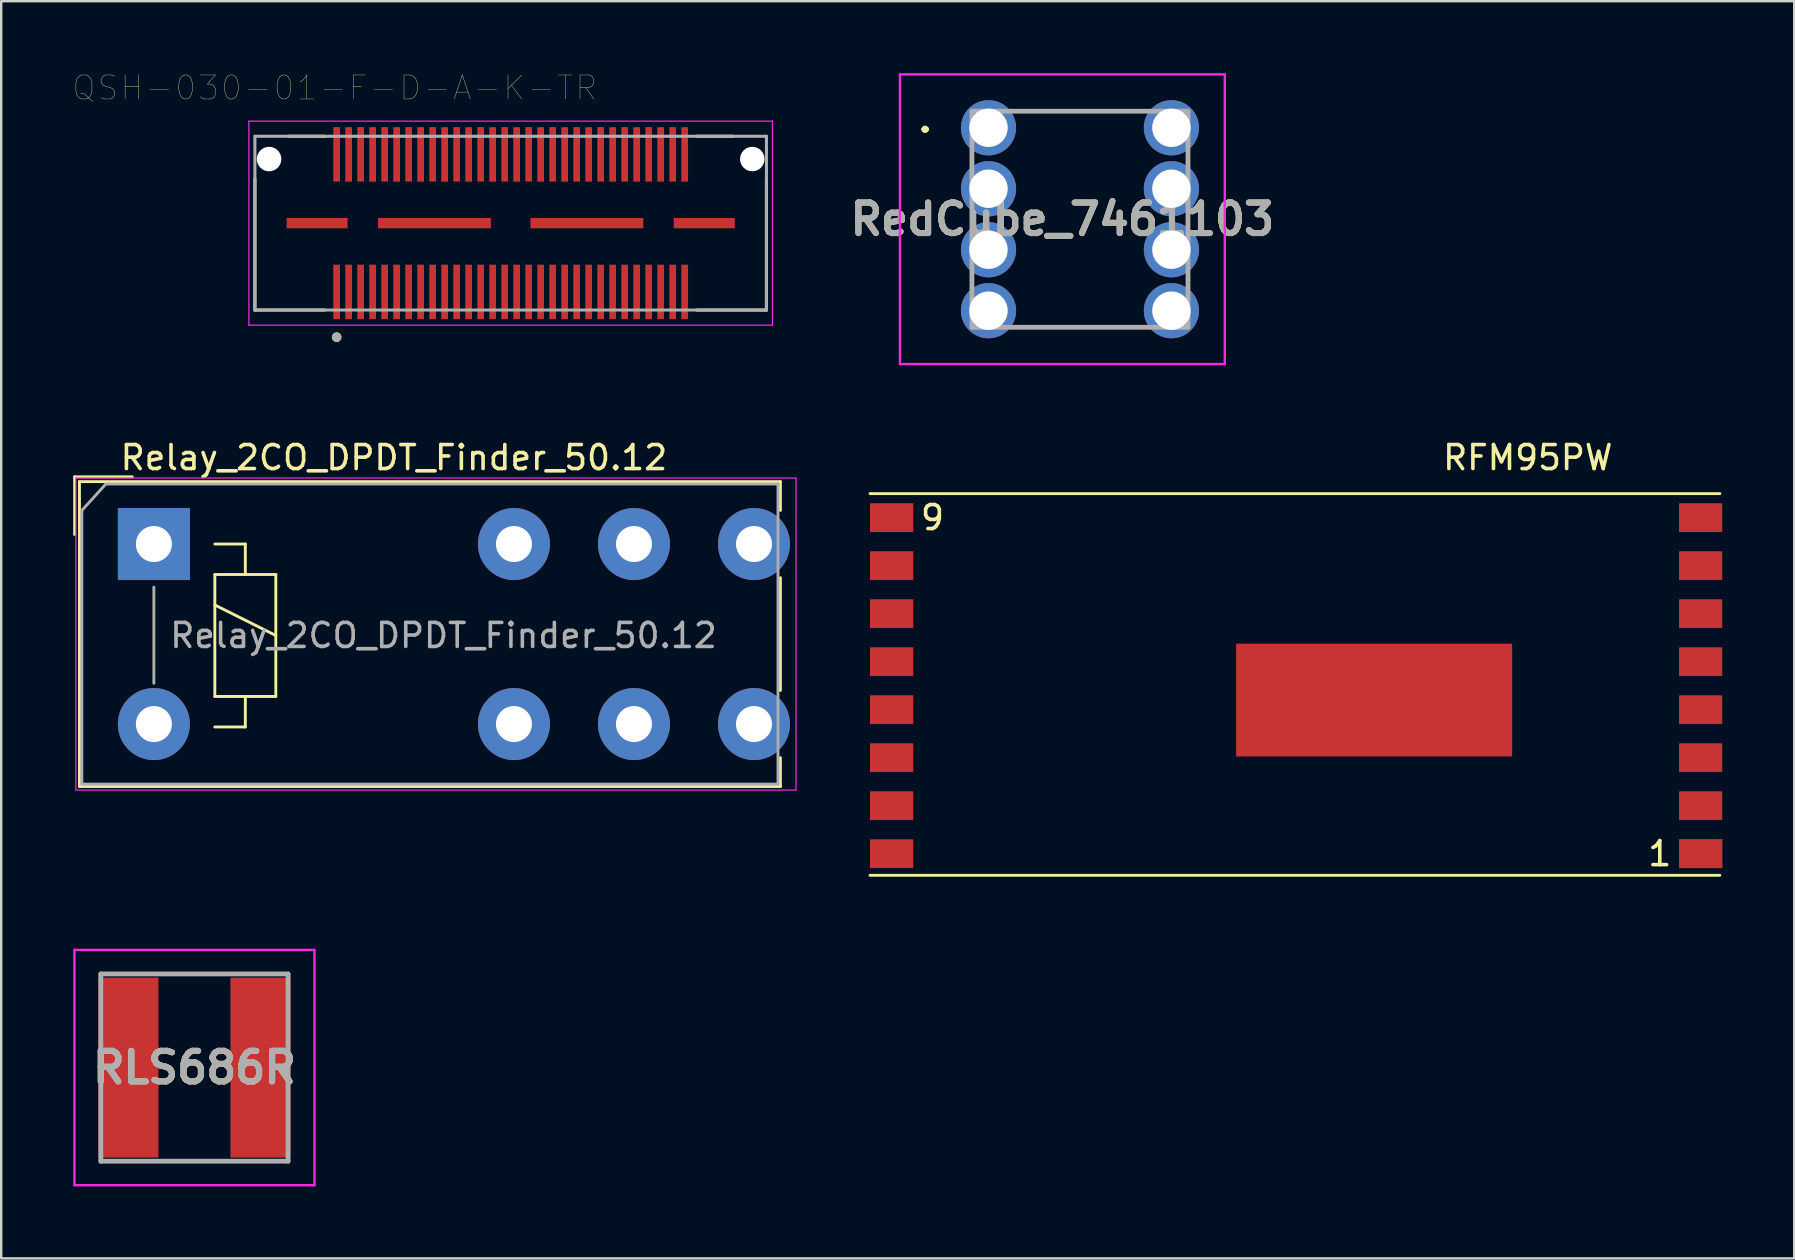
<source format=kicad_pcb>
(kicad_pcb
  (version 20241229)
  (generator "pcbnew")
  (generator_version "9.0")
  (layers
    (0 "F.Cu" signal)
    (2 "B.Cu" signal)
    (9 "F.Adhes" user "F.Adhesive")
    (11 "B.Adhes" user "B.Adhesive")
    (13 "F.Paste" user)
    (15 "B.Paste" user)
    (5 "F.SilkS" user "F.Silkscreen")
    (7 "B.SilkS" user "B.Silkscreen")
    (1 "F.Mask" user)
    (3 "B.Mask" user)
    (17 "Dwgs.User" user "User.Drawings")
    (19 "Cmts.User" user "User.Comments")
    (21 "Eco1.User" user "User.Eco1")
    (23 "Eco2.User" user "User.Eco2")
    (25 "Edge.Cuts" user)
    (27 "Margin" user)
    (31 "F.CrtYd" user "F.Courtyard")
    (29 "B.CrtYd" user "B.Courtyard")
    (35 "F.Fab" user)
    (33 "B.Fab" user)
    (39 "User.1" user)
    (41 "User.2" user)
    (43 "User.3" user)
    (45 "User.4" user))
  (footprint "RedCube_7461103"
    (layer "F.Cu")
    (at 38.13 2.273)
    (property "Reference" "RedCube_7461103" (at 3.077 3.81 0) (layer "F.SilkS") (effects (font (size 1.27 1.27) (thickness 0.254))))
    (attr through_hole)
    (fp_line (start -2.69 0.06) (end -2.69 0.06) (stroke (width 0.2) (type solid)) (layer "F.SilkS"))
    (fp_line (start -2.69 0.06) (end -2.69 0.06) (stroke (width 0.2) (type solid)) (layer "F.SilkS"))
    (fp_line (start -2.59 0.06) (end -2.59 0.06) (stroke (width 0.2) (type solid)) (layer "F.SilkS"))
    (fp_line (start 1.56 -0.69) (end 1.56 -0.69) (stroke (width 0.1) (type solid)) (layer "F.SilkS"))
    (fp_line (start 1.56 -0.69) (end 5.81 -0.69) (stroke (width 0.1) (type solid)) (layer "F.SilkS"))
    (fp_line (start 1.56 8.31) (end 1.56 8.31) (stroke (width 0.1) (type solid)) (layer "F.SilkS"))
    (fp_line (start 1.56 8.31) (end 5.81 8.31) (stroke (width 0.1) (type solid)) (layer "F.SilkS"))
    (fp_line (start 5.81 -0.69) (end 1.56 -0.69) (stroke (width 0.1) (type solid)) (layer "F.SilkS"))
    (fp_line (start 5.81 -0.69) (end 5.81 -0.69) (stroke (width 0.1) (type solid)) (layer "F.SilkS"))
    (fp_line (start 5.81 8.31) (end 1.56 8.31) (stroke (width 0.1) (type solid)) (layer "F.SilkS"))
    (fp_line (start 5.81 8.31) (end 5.81 8.31) (stroke (width 0.1) (type solid)) (layer "F.SilkS"))
    (fp_arc (start -2.69 0.06) (mid -2.64 0.01) (end -2.59 0.06) (stroke (width 0.2) (type solid)) (layer "F.SilkS"))
    (fp_arc (start -2.59 0.06) (mid -2.64 0.11) (end -2.69 0.06) (stroke (width 0.2) (type solid)) (layer "F.SilkS"))
    (fp_arc (start -2.59 0.06) (mid -2.64 0.11) (end -2.69 0.06) (stroke (width 0.2) (type solid)) (layer "F.SilkS"))
    (fp_line (start -3.69 -2.223) (end 9.843 -2.223) (stroke (width 0.1) (type solid)) (layer "F.CrtYd"))
    (fp_line (start -3.69 9.843) (end -3.69 -2.223) (stroke (width 0.1) (type solid)) (layer "F.CrtYd"))
    (fp_line (start 9.843 -2.223) (end 9.843 9.843) (stroke (width 0.1) (type solid)) (layer "F.CrtYd"))
    (fp_line (start 9.843 9.843) (end -3.69 9.843) (stroke (width 0.1) (type solid)) (layer "F.CrtYd"))
    (fp_line (start -0.69 -0.69) (end -0.69 8.31) (stroke (width 0.2) (type solid)) (layer "F.Fab"))
    (fp_line (start -0.69 8.31) (end 8.31 8.31) (stroke (width 0.2) (type solid)) (layer "F.Fab"))
    (fp_line (start 8.31 -0.69) (end -0.69 -0.69) (stroke (width 0.2) (type solid)) (layer "F.Fab"))
    (fp_line (start 8.31 8.31) (end 8.31 -0.69) (stroke (width 0.2) (type solid)) (layer "F.Fab"))
    (fp_text user "${REFERENCE}" (at 3.077 3.81 0) (layer "F.Fab") (effects (font (size 1.27 1.27) (thickness 0.254))))
    (pad "1" thru_hole circle (at 0 0) (size 2.3 2.3) (drill 1.6) (layers "*.Cu" "*.Mask"))
    (pad "1" thru_hole circle (at 0 2.54) (size 2.3 2.3) (drill 1.6) (layers "*.Cu" "*.Mask"))
    (pad "1" thru_hole circle (at 0 5.08) (size 2.3 2.3) (drill 1.6) (layers "*.Cu" "*.Mask"))
    (pad "1" thru_hole circle (at 0 7.62) (size 2.3 2.3) (drill 1.6) (layers "*.Cu" "*.Mask"))
    (pad "1" thru_hole circle (at 7.62 0) (size 2.3 2.3) (drill 1.6) (layers "*.Cu" "*.Mask"))
    (pad "1" thru_hole circle (at 7.62 2.54) (size 2.3 2.3) (drill 1.6) (layers "*.Cu" "*.Mask"))
    (pad "1" thru_hole circle (at 7.62 5.08) (size 2.3 2.3) (drill 1.6) (layers "*.Cu" "*.Mask"))
    (pad "1" thru_hole circle (at 7.62 7.62) (size 2.3 2.3) (drill 1.6) (layers "*.Cu" "*.Mask")))
  (footprint "RLS686R"
    (layer "F.Cu")
    (at 5.05 41.424)
    (property "Reference" "RLS686R" (at 0 0 0) (layer "F.SilkS") (effects (font (size 1.27 1.27) (thickness 0.254))))
    (attr smd)
    (fp_line (start -1 -3.9) (end 1 -3.9) (stroke (width 0.1) (type solid)) (layer "F.SilkS"))
    (fp_line (start -1 3.9) (end 1 3.9) (stroke (width 0.1) (type solid)) (layer "F.SilkS"))
    (fp_line (start -5 -4.9) (end 5 -4.9) (stroke (width 0.1) (type solid)) (layer "F.CrtYd"))
    (fp_line (start -5 4.9) (end -5 -4.9) (stroke (width 0.1) (type solid)) (layer "F.CrtYd"))
    (fp_line (start 5 -4.9) (end 5 4.9) (stroke (width 0.1) (type solid)) (layer "F.CrtYd"))
    (fp_line (start 5 4.9) (end -5 4.9) (stroke (width 0.1) (type solid)) (layer "F.CrtYd"))
    (fp_line (start -3.9 -3.9) (end 3.9 -3.9) (stroke (width 0.2) (type solid)) (layer "F.Fab"))
    (fp_line (start -3.9 3.9) (end -3.9 -3.9) (stroke (width 0.2) (type solid)) (layer "F.Fab"))
    (fp_line (start 3.9 -3.9) (end 3.9 3.9) (stroke (width 0.2) (type solid)) (layer "F.Fab"))
    (fp_line (start 3.9 3.9) (end -3.9 3.9) (stroke (width 0.2) (type solid)) (layer "F.Fab"))
    (fp_text user "${REFERENCE}" (at 0 0 0) (layer "F.Fab") (effects (font (size 1.27 1.27) (thickness 0.254))))
    (pad "1" smd rect (at -2.75 0) (size 2.5 7.5) (layers "F.Cu" "F.Mask" "F.Paste"))
    (pad "2" smd rect (at 2.75 0) (size 2.5 7.5) (layers "F.Cu" "F.Mask" "F.Paste")))
  (footprint "QSH-030-01-F-D-A-K-TR"
    (layer "F.Cu")
    (at 18.224 6.246)
    (property "Reference" "QSH-030-01-F-D-A-K-TR" (at -7.325 -5.635 0) (layer "F.SilkS") (effects (font (size 1 1) (thickness 0.015))))
    (attr through_hole)
    (fp_line (start -10.655 3.62) (end -10.655 -1.847) (stroke (width 0.127) (type solid)) (layer "F.SilkS"))
    (fp_line (start -9.242 -3.62) (end -7.75 -3.62) (stroke (width 0.127) (type solid)) (layer "F.SilkS"))
    (fp_line (start -7.75 3.62) (end -10.655 3.62) (stroke (width 0.127) (type solid)) (layer "F.SilkS"))
    (fp_line (start 7.75 -3.62) (end 9.242 -3.62) (stroke (width 0.127) (type solid)) (layer "F.SilkS"))
    (fp_line (start 10.655 -1.847) (end 10.655 3.62) (stroke (width 0.127) (type solid)) (layer "F.SilkS"))
    (fp_line (start 10.655 3.62) (end 7.75 3.62) (stroke (width 0.127) (type solid)) (layer "F.SilkS"))
    (fp_circle (center -7.25 4.75) (end -7.15 4.75) (stroke (width 0.2) (type solid)) (fill no) (layer "F.SilkS"))
    (fp_line (start -10.905 -4.25) (end 10.905 -4.25) (stroke (width 0.05) (type solid)) (layer "F.CrtYd"))
    (fp_line (start -10.905 4.25) (end -10.905 -4.25) (stroke (width 0.05) (type solid)) (layer "F.CrtYd"))
    (fp_line (start 10.905 -4.25) (end 10.905 4.25) (stroke (width 0.05) (type solid)) (layer "F.CrtYd"))
    (fp_line (start 10.905 4.25) (end -10.905 4.25) (stroke (width 0.05) (type solid)) (layer "F.CrtYd"))
    (fp_line (start -10.655 -3.62) (end 10.655 -3.62) (stroke (width 0.127) (type solid)) (layer "F.Fab"))
    (fp_line (start -10.655 3.62) (end -10.655 -3.62) (stroke (width 0.127) (type solid)) (layer "F.Fab"))
    (fp_line (start 10.655 -3.62) (end 10.655 3.62) (stroke (width 0.127) (type solid)) (layer "F.Fab"))
    (fp_line (start 10.655 3.62) (end -10.655 3.62) (stroke (width 0.127) (type solid)) (layer "F.Fab"))
    (fp_circle (center -7.25 4.75) (end -7.15 4.75) (stroke (width 0.2) (type solid)) (fill no) (layer "F.Fab"))
    (pad "" np_thru_hole circle (at -10.065 -2.67) (size 1.02 1.02) (drill 1.02) (layers "*.Cu" "*.Mask"))
    (pad "" np_thru_hole circle (at 10.065 -2.67) (size 1.02 1.02) (drill 1.02) (layers "*.Cu" "*.Mask"))
    (pad "1" smd rect (at -7.25 2.865) (size 0.279 2.27) (layers "F.Cu" "F.Mask" "F.Paste"))
    (pad "2" smd rect (at -7.25 -2.865) (size 0.279 2.27) (layers "F.Cu" "F.Mask" "F.Paste"))
    (pad "3" smd rect (at -6.75 2.865) (size 0.279 2.27) (layers "F.Cu" "F.Mask" "F.Paste"))
    (pad "4" smd rect (at -6.75 -2.865) (size 0.279 2.27) (layers "F.Cu" "F.Mask" "F.Paste"))
    (pad "5" smd rect (at -6.25 2.865) (size 0.279 2.27) (layers "F.Cu" "F.Mask" "F.Paste"))
    (pad "6" smd rect (at -6.25 -2.865) (size 0.279 2.27) (layers "F.Cu" "F.Mask" "F.Paste"))
    (pad "7" smd rect (at -5.75 2.865) (size 0.279 2.27) (layers "F.Cu" "F.Mask" "F.Paste"))
    (pad "8" smd rect (at -5.75 -2.865) (size 0.279 2.27) (layers "F.Cu" "F.Mask" "F.Paste"))
    (pad "9" smd rect (at -5.25 2.865) (size 0.279 2.27) (layers "F.Cu" "F.Mask" "F.Paste"))
    (pad "10" smd rect (at -5.25 -2.865) (size 0.279 2.27) (layers "F.Cu" "F.Mask" "F.Paste"))
    (pad "11" smd rect (at -4.75 2.865) (size 0.279 2.27) (layers "F.Cu" "F.Mask" "F.Paste"))
    (pad "12" smd rect (at -4.75 -2.865) (size 0.279 2.27) (layers "F.Cu" "F.Mask" "F.Paste"))
    (pad "13" smd rect (at -4.25 2.865) (size 0.279 2.27) (layers "F.Cu" "F.Mask" "F.Paste"))
    (pad "14" smd rect (at -4.25 -2.865) (size 0.279 2.27) (layers "F.Cu" "F.Mask" "F.Paste"))
    (pad "15" smd rect (at -3.75 2.865) (size 0.279 2.27) (layers "F.Cu" "F.Mask" "F.Paste"))
    (pad "16" smd rect (at -3.75 -2.865) (size 0.279 2.27) (layers "F.Cu" "F.Mask" "F.Paste"))
    (pad "17" smd rect (at -3.25 2.865) (size 0.279 2.27) (layers "F.Cu" "F.Mask" "F.Paste"))
    (pad "18" smd rect (at -3.25 -2.865) (size 0.279 2.27) (layers "F.Cu" "F.Mask" "F.Paste"))
    (pad "19" smd rect (at -2.75 2.865) (size 0.279 2.27) (layers "F.Cu" "F.Mask" "F.Paste"))
    (pad "20" smd rect (at -2.75 -2.865) (size 0.279 2.27) (layers "F.Cu" "F.Mask" "F.Paste"))
    (pad "21" smd rect (at -2.25 2.865) (size 0.279 2.27) (layers "F.Cu" "F.Mask" "F.Paste"))
    (pad "22" smd rect (at -2.25 -2.865) (size 0.279 2.27) (layers "F.Cu" "F.Mask" "F.Paste"))
    (pad "23" smd rect (at -1.75 2.865) (size 0.279 2.27) (layers "F.Cu" "F.Mask" "F.Paste"))
    (pad "24" smd rect (at -1.75 -2.865) (size 0.279 2.27) (layers "F.Cu" "F.Mask" "F.Paste"))
    (pad "25" smd rect (at -1.25 2.865) (size 0.279 2.27) (layers "F.Cu" "F.Mask" "F.Paste"))
    (pad "26" smd rect (at -1.25 -2.865) (size 0.279 2.27) (layers "F.Cu" "F.Mask" "F.Paste"))
    (pad "27" smd rect (at -0.75 2.865) (size 0.279 2.27) (layers "F.Cu" "F.Mask" "F.Paste"))
    (pad "28" smd rect (at -0.75 -2.865) (size 0.279 2.27) (layers "F.Cu" "F.Mask" "F.Paste"))
    (pad "29" smd rect (at -0.25 2.865) (size 0.279 2.27) (layers "F.Cu" "F.Mask" "F.Paste"))
    (pad "30" smd rect (at -0.25 -2.865) (size 0.279 2.27) (layers "F.Cu" "F.Mask" "F.Paste"))
    (pad "31" smd rect (at 0.25 2.865) (size 0.279 2.27) (layers "F.Cu" "F.Mask" "F.Paste"))
    (pad "32" smd rect (at 0.25 -2.865) (size 0.279 2.27) (layers "F.Cu" "F.Mask" "F.Paste"))
    (pad "33" smd rect (at 0.75 2.865) (size 0.279 2.27) (layers "F.Cu" "F.Mask" "F.Paste"))
    (pad "34" smd rect (at 0.75 -2.865) (size 0.279 2.27) (layers "F.Cu" "F.Mask" "F.Paste"))
    (pad "35" smd rect (at 1.25 2.865) (size 0.279 2.27) (layers "F.Cu" "F.Mask" "F.Paste"))
    (pad "36" smd rect (at 1.25 -2.865) (size 0.279 2.27) (layers "F.Cu" "F.Mask" "F.Paste"))
    (pad "37" smd rect (at 1.75 2.865) (size 0.279 2.27) (layers "F.Cu" "F.Mask" "F.Paste"))
    (pad "38" smd rect (at 1.75 -2.865) (size 0.279 2.27) (layers "F.Cu" "F.Mask" "F.Paste"))
    (pad "39" smd rect (at 2.25 2.865) (size 0.279 2.27) (layers "F.Cu" "F.Mask" "F.Paste"))
    (pad "40" smd rect (at 2.25 -2.865) (size 0.279 2.27) (layers "F.Cu" "F.Mask" "F.Paste"))
    (pad "41" smd rect (at 2.75 2.865) (size 0.279 2.27) (layers "F.Cu" "F.Mask" "F.Paste"))
    (pad "42" smd rect (at 2.75 -2.865) (size 0.279 2.27) (layers "F.Cu" "F.Mask" "F.Paste"))
    (pad "43" smd rect (at 3.25 2.865) (size 0.279 2.27) (layers "F.Cu" "F.Mask" "F.Paste"))
    (pad "44" smd rect (at 3.25 -2.865) (size 0.279 2.27) (layers "F.Cu" "F.Mask" "F.Paste"))
    (pad "45" smd rect (at 3.75 2.865) (size 0.279 2.27) (layers "F.Cu" "F.Mask" "F.Paste"))
    (pad "46" smd rect (at 3.75 -2.865) (size 0.279 2.27) (layers "F.Cu" "F.Mask" "F.Paste"))
    (pad "47" smd rect (at 4.25 2.865) (size 0.279 2.27) (layers "F.Cu" "F.Mask" "F.Paste"))
    (pad "48" smd rect (at 4.25 -2.865) (size 0.279 2.27) (layers "F.Cu" "F.Mask" "F.Paste"))
    (pad "49" smd rect (at 4.75 2.865) (size 0.279 2.27) (layers "F.Cu" "F.Mask" "F.Paste"))
    (pad "50" smd rect (at 4.75 -2.865) (size 0.279 2.27) (layers "F.Cu" "F.Mask" "F.Paste"))
    (pad "51" smd rect (at 5.25 2.865) (size 0.279 2.27) (layers "F.Cu" "F.Mask" "F.Paste"))
    (pad "52" smd rect (at 5.25 -2.865) (size 0.279 2.27) (layers "F.Cu" "F.Mask" "F.Paste"))
    (pad "53" smd rect (at 5.75 2.865) (size 0.279 2.27) (layers "F.Cu" "F.Mask" "F.Paste"))
    (pad "54" smd rect (at 5.75 -2.865) (size 0.279 2.27) (layers "F.Cu" "F.Mask" "F.Paste"))
    (pad "55" smd rect (at 6.25 2.865) (size 0.279 2.27) (layers "F.Cu" "F.Mask" "F.Paste"))
    (pad "56" smd rect (at 6.25 -2.865) (size 0.279 2.27) (layers "F.Cu" "F.Mask" "F.Paste"))
    (pad "57" smd rect (at 6.75 2.865) (size 0.279 2.27) (layers "F.Cu" "F.Mask" "F.Paste"))
    (pad "58" smd rect (at 6.75 -2.865) (size 0.279 2.27) (layers "F.Cu" "F.Mask" "F.Paste"))
    (pad "59" smd rect (at 7.25 2.865) (size 0.279 2.27) (layers "F.Cu" "F.Mask" "F.Paste"))
    (pad "60" smd rect (at 7.25 -2.865) (size 0.279 2.27) (layers "F.Cu" "F.Mask" "F.Paste"))
    (pad "S1" smd rect (at -8.065 0) (size 2.54 0.43) (layers "F.Cu" "F.Mask" "F.Paste"))
    (pad "S2" smd rect (at -3.175 0) (size 4.7 0.43) (layers "F.Cu" "F.Mask" "F.Paste"))
    (pad "S3" smd rect (at 3.175 0) (size 4.7 0.43) (layers "F.Cu" "F.Mask" "F.Paste"))
    (pad "S4" smd rect (at 8.065 0) (size 2.54 0.43) (layers "F.Cu" "F.Mask" "F.Paste")))
  (footprint "Relay_2CO_DPDT_Finder_50.12"
    (layer "F.Cu")
    (at 3.36 19.614)
    (property "Reference" "Relay_2CO_DPDT_Finder_50.12" (at 10 -3.6 0) (layer "F.SilkS") (effects (font (size 1 1) (thickness 0.15))))
    (attr through_hole)
    (fp_line (start -3.3 -0.4) (end -3.3 -2.8) (stroke (width 0.12) (type solid)) (layer "F.SilkS"))
    (fp_line (start -3.1 -2.6) (end 26.1 -2.6) (stroke (width 0.12) (type solid)) (layer "F.SilkS"))
    (fp_line (start -3.1 10.1) (end -3.1 -2.6) (stroke (width 0.12) (type solid)) (layer "F.SilkS"))
    (fp_line (start -0.9 -2.8) (end -3.3 -2.8) (stroke (width 0.12) (type solid)) (layer "F.SilkS"))
    (fp_line (start 2.54 0) (end 3.81 0) (stroke (width 0.12) (type solid)) (layer "F.SilkS"))
    (fp_line (start 2.54 1.27) (end 3.81 1.27) (stroke (width 0.12) (type solid)) (layer "F.SilkS"))
    (fp_line (start 2.54 2.54) (end 5.08 3.81) (stroke (width 0.12) (type solid)) (layer "F.SilkS"))
    (fp_line (start 2.54 6.35) (end 2.54 1.27) (stroke (width 0.12) (type solid)) (layer "F.SilkS"))
    (fp_line (start 3.81 0) (end 3.81 1.27) (stroke (width 0.12) (type solid)) (layer "F.SilkS"))
    (fp_line (start 3.81 1.27) (end 5.08 1.27) (stroke (width 0.12) (type solid)) (layer "F.SilkS"))
    (fp_line (start 3.81 6.35) (end 3.81 7.62) (stroke (width 0.12) (type solid)) (layer "F.SilkS"))
    (fp_line (start 3.81 7.62) (end 2.54 7.62) (stroke (width 0.12) (type solid)) (layer "F.SilkS"))
    (fp_line (start 5.08 1.27) (end 5.08 6.35) (stroke (width 0.12) (type solid)) (layer "F.SilkS"))
    (fp_line (start 5.08 6.35) (end 2.54 6.35) (stroke (width 0.12) (type solid)) (layer "F.SilkS"))
    (fp_line (start 26.1 -2.6) (end 26.1 -1.4) (stroke (width 0.12) (type solid)) (layer "F.SilkS"))
    (fp_line (start 26.1 1.4) (end 26.1 6.1) (stroke (width 0.12) (type solid)) (layer "F.SilkS"))
    (fp_line (start 26.1 8.9) (end 26.1 10.1) (stroke (width 0.12) (type solid)) (layer "F.SilkS"))
    (fp_line (start 26.1 10.1) (end -3.1 10.1) (stroke (width 0.12) (type solid)) (layer "F.SilkS"))
    (fp_line (start -3.25 -2.75) (end -3.25 10.25) (stroke (width 0.05) (type solid)) (layer "F.CrtYd"))
    (fp_line (start -3.25 -2.75) (end 26.75 -2.75) (stroke (width 0.05) (type solid)) (layer "F.CrtYd"))
    (fp_line (start 26.75 10.25) (end -3.25 10.25) (stroke (width 0.05) (type solid)) (layer "F.CrtYd"))
    (fp_line (start 26.75 10.25) (end 26.75 -2.75) (stroke (width 0.05) (type solid)) (layer "F.CrtYd"))
    (fp_line (start -3 -1.4) (end -3 10) (stroke (width 0.12) (type solid)) (layer "F.Fab"))
    (fp_line (start -3 10) (end 26 10) (stroke (width 0.12) (type solid)) (layer "F.Fab"))
    (fp_line (start -2 -2.5) (end -3 -1.4) (stroke (width 0.12) (type solid)) (layer "F.Fab"))
    (fp_line (start 0 1.8) (end 0 5.8) (stroke (width 0.12) (type solid)) (layer "F.Fab"))
    (fp_line (start 26 -2.5) (end -2 -2.5) (stroke (width 0.12) (type solid)) (layer "F.Fab"))
    (fp_line (start 26 10) (end 26 -2.5) (stroke (width 0.12) (type solid)) (layer "F.Fab"))
    (fp_text user "${REFERENCE}" (at 12.065 3.81 0) (layer "F.Fab") (effects (font (size 1 1) (thickness 0.15))))
    (pad "11" thru_hole circle (at 20 0) (size 3 3) (drill 1.5) (layers "*.Cu" "*.Mask"))
    (pad "12" thru_hole circle (at 15 0) (size 3 3) (drill 1.5) (layers "*.Cu" "*.Mask"))
    (pad "14" thru_hole circle (at 25 0) (size 3 3) (drill 1.5) (layers "*.Cu" "*.Mask"))
    (pad "21" thru_hole circle (at 20 7.5) (size 3 3) (drill 1.5) (layers "*.Cu" "*.Mask"))
    (pad "22" thru_hole circle (at 15 7.5) (size 3 3) (drill 1.5) (layers "*.Cu" "*.Mask"))
    (pad "24" thru_hole circle (at 25 7.5) (size 3 3) (drill 1.5) (layers "*.Cu" "*.Mask"))
    (pad "A1" thru_hole rect (at 0 0) (size 3 3) (drill 1.5) (layers "*.Cu" "*.Mask"))
    (pad "A2" thru_hole circle (at 0 7.5) (size 3 3) (drill 1.5) (layers "*.Cu" "*.Mask")))
  (footprint "RFM95PW"
    (layer "F.Cu")
    (at 60.595 15.514)
    (property "Reference" "RFM95PW" (at 0 0.5 0) (layer "F.SilkS") (effects (font (size 1 1) (thickness 0.15))))
    (attr through_hole)
    (fp_line (start 8 2) (end -27.4 2) (stroke (width 0.12) (type solid)) (layer "F.SilkS"))
    (fp_line (start 8 17.9) (end -27.4 17.9) (stroke (width 0.12) (type solid)) (layer "F.SilkS"))
    (fp_text user "9" (at -24.8 3 0) (layer "F.SilkS") (effects (font (size 1 1) (thickness 0.15))))
    (fp_text user "1" (at 5.5 17 0) (layer "F.SilkS") (effects (font (size 1 1) (thickness 0.15))))
    (pad "1" connect rect (at 7.2 17) (size 1.8 1.2) (layers "F.Cu" "F.Mask"))
    (pad "1" connect rect (at 7.2 17) (size 1.8 1.2) (layers "F.Cu" "F.Mask"))
    (pad "2" connect rect (at 7.2 15) (size 1.8 1.2) (layers "F.Cu" "F.Mask"))
    (pad "3" connect rect (at 7.2 13) (size 1.8 1.2) (layers "F.Cu" "F.Mask"))
    (pad "4" connect rect (at 7.2 11) (size 1.8 1.2) (layers "F.Cu" "F.Mask"))
    (pad "5" connect rect (at 7.2 9) (size 1.8 1.2) (layers "F.Cu" "F.Mask"))
    (pad "6" connect rect (at 7.2 7) (size 1.8 1.2) (layers "F.Cu" "F.Mask"))
    (pad "7" connect rect (at 7.2 5) (size 1.8 1.2) (layers "F.Cu" "F.Mask"))
    (pad "8" connect rect (at 7.2 3) (size 1.8 1.2) (layers "F.Cu" "F.Mask"))
    (pad "9" connect rect (at -26.5 3) (size 1.8 1.2) (layers "F.Cu" "F.Mask"))
    (pad "10" connect rect (at -26.5 5) (size 1.8 1.2) (layers "F.Cu" "F.Mask"))
    (pad "11" connect rect (at -26.5 7) (size 1.8 1.2) (layers "F.Cu" "F.Mask"))
    (pad "12" connect rect (at -26.5 9) (size 1.8 1.2) (layers "F.Cu" "F.Mask"))
    (pad "13" connect rect (at -26.5 11) (size 1.8 1.2) (layers "F.Cu" "F.Mask"))
    (pad "14" connect rect (at -26.5 13) (size 1.8 1.2) (layers "F.Cu" "F.Mask"))
    (pad "15" connect rect (at -26.5 15) (size 1.8 1.2) (layers "F.Cu" "F.Mask"))
    (pad "16" connect rect (at -26.5 17) (size 1.8 1.2) (layers "F.Cu" "F.Mask"))
    (pad "17" connect rect (at -6.4 10.6) (size 11.5 4.7) (layers "F.Cu" "F.Mask")))
  (gr_rect
    (start -3 -3)
    (end 71.695 49.374)
    (stroke (width 0.1) (type default))
    (fill no)
    (layer "Edge.Cuts")))
</source>
